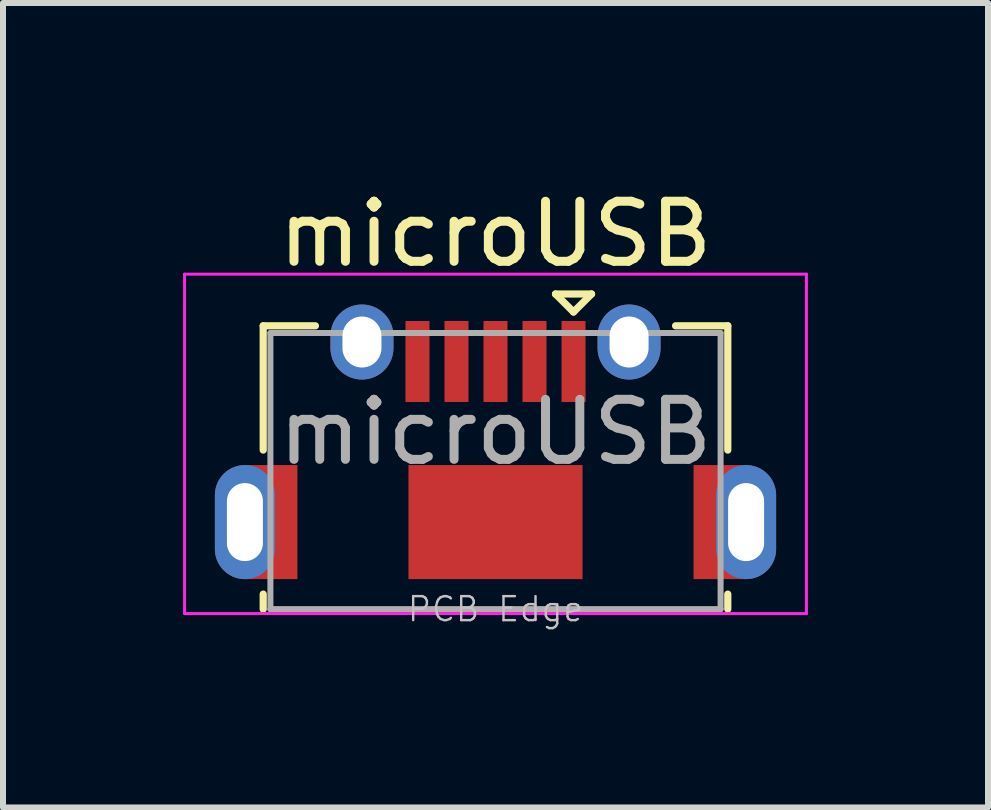
<source format=kicad_pcb>
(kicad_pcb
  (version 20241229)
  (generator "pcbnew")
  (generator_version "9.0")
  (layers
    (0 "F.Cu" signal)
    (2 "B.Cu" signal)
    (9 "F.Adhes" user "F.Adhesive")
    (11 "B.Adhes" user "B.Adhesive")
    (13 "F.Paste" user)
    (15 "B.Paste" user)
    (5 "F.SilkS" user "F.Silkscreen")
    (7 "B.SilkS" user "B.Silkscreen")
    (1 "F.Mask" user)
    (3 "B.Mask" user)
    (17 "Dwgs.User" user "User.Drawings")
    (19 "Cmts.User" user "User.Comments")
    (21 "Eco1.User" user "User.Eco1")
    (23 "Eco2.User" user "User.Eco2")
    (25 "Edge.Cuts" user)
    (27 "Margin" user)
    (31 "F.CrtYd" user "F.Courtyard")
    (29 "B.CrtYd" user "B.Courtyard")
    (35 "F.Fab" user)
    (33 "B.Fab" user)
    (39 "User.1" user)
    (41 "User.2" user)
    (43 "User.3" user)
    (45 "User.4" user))
  (footprint "microUSB"
    (layer "F.Cu")
    (at 5.205 5.648)
    (property "Reference" "microUSB" (at 0 -4.8 180) (layer "F.SilkS") (effects (font (size 1 1) (thickness 0.15))))
    (attr smd)
    (fp_line (start -3.87 -3.27) (end -3.87 -1.2) (stroke (width 0.12) (type solid)) (layer "F.SilkS"))
    (fp_line (start -3.87 -3.27) (end -3 -3.27) (stroke (width 0.12) (type solid)) (layer "F.SilkS"))
    (fp_line (start -3.87 1.2) (end -3.87 1.45) (stroke (width 0.12) (type solid)) (layer "F.SilkS"))
    (fp_line (start 1 -3.8) (end 1.6 -3.8) (stroke (width 0.12) (type solid)) (layer "F.SilkS"))
    (fp_line (start 1.3 -3.5) (end 1 -3.8) (stroke (width 0.12) (type solid)) (layer "F.SilkS"))
    (fp_line (start 1.3 -3.5) (end 1.6 -3.8) (stroke (width 0.12) (type solid)) (layer "F.SilkS"))
    (fp_line (start 3 -3.27) (end 3.87 -3.27) (stroke (width 0.12) (type solid)) (layer "F.SilkS"))
    (fp_line (start 3.87 -3.27) (end 3.87 -1.2) (stroke (width 0.12) (type solid)) (layer "F.SilkS"))
    (fp_line (start 3.87 1.2) (end 3.87 1.45) (stroke (width 0.12) (type solid)) (layer "F.SilkS"))
    (fp_line (start -5.18 -4.13) (end 5.18 -4.13) (stroke (width 0.05) (type solid)) (layer "F.CrtYd"))
    (fp_line (start -5.18 1.524) (end -5.18 -4.13) (stroke (width 0.05) (type default)) (layer "F.CrtYd"))
    (fp_line (start -5.18 1.524) (end 5.18 1.524) (stroke (width 0.05) (type solid)) (layer "F.CrtYd"))
    (fp_line (start 5.18 1.524) (end 5.18 -4.13) (stroke (width 0.05) (type default)) (layer "F.CrtYd"))
    (fp_line (start -3.75 -3.15) (end -3.75 1.45) (stroke (width 0.1) (type solid)) (layer "F.Fab"))
    (fp_line (start -3.75 -3.15) (end 3.75 -3.15) (stroke (width 0.1) (type solid)) (layer "F.Fab"))
    (fp_line (start -3.75 1.45) (end 3.75 1.45) (stroke (width 0.1) (type solid)) (layer "F.Fab"))
    (fp_line (start 3.75 -3.15) (end 3.75 1.45) (stroke (width 0.1) (type solid)) (layer "F.Fab"))
    (fp_text user "PCB Edge" (at 0 1.45 0) (layer "Dwgs.User") (effects (font (size 0.4 0.4) (thickness 0.04))))
    (fp_text user "${REFERENCE}" (at 0 -1.5 0) (layer "F.Fab") (effects (font (size 1 1) (thickness 0.15))))
    (pad "" smd rect (at -3.5 0) (size 0.3 0.85) (layers "F.Paste"))
    (pad "" smd rect (at 3.5 0) (size 0.3 0.85) (layers "F.Paste"))
    (pad "1" smd rect (at 1.3 -2.675) (size 0.4 1.35) (layers "F.Cu" "F.Mask" "F.Paste"))
    (pad "2" smd rect (at 0.65 -2.675) (size 0.4 1.35) (layers "F.Cu" "F.Mask" "F.Paste"))
    (pad "3" smd rect (at 0 -2.675) (size 0.4 1.35) (layers "F.Cu" "F.Mask" "F.Paste"))
    (pad "4" smd rect (at -0.65 -2.675) (size 0.4 1.35) (layers "F.Cu" "F.Mask" "F.Paste"))
    (pad "5" smd rect (at -1.3 -2.675) (size 0.4 1.35) (layers "F.Cu" "F.Mask" "F.Paste"))
    (pad "6" thru_hole oval (at -4.175 0) (size 1 1.9) (drill oval 0.6 1.3) (layers "*.Cu" "*.Mask"))
    (pad "6" smd rect (at -3.737 0) (size 0.875 1.9) (layers "F.Cu" "F.Mask"))
    (pad "6" thru_hole oval (at -2.225 -3) (size 1.05 1.25) (drill oval 0.65 0.85) (layers "*.Cu" "*.Mask"))
    (pad "6" smd rect (at 0 0) (size 2.9 1.9) (layers "F.Cu" "F.Mask" "F.Paste"))
    (pad "6" thru_hole oval (at 2.225 -3) (size 1.05 1.25) (drill oval 0.65 0.85) (layers "*.Cu" "*.Mask"))
    (pad "6" smd rect (at 3.737 0) (size 0.875 1.9) (layers "F.Cu" "F.Mask"))
    (pad "6" thru_hole oval (at 4.175 0) (size 1 1.9) (drill oval 0.6 1.3) (layers "*.Cu" "*.Mask")))
  (gr_rect
    (start -3 -3)
    (end 13.41 10.402)
    (stroke (width 0.1) (type default))
    (fill no)
    (layer "Edge.Cuts")))
</source>
